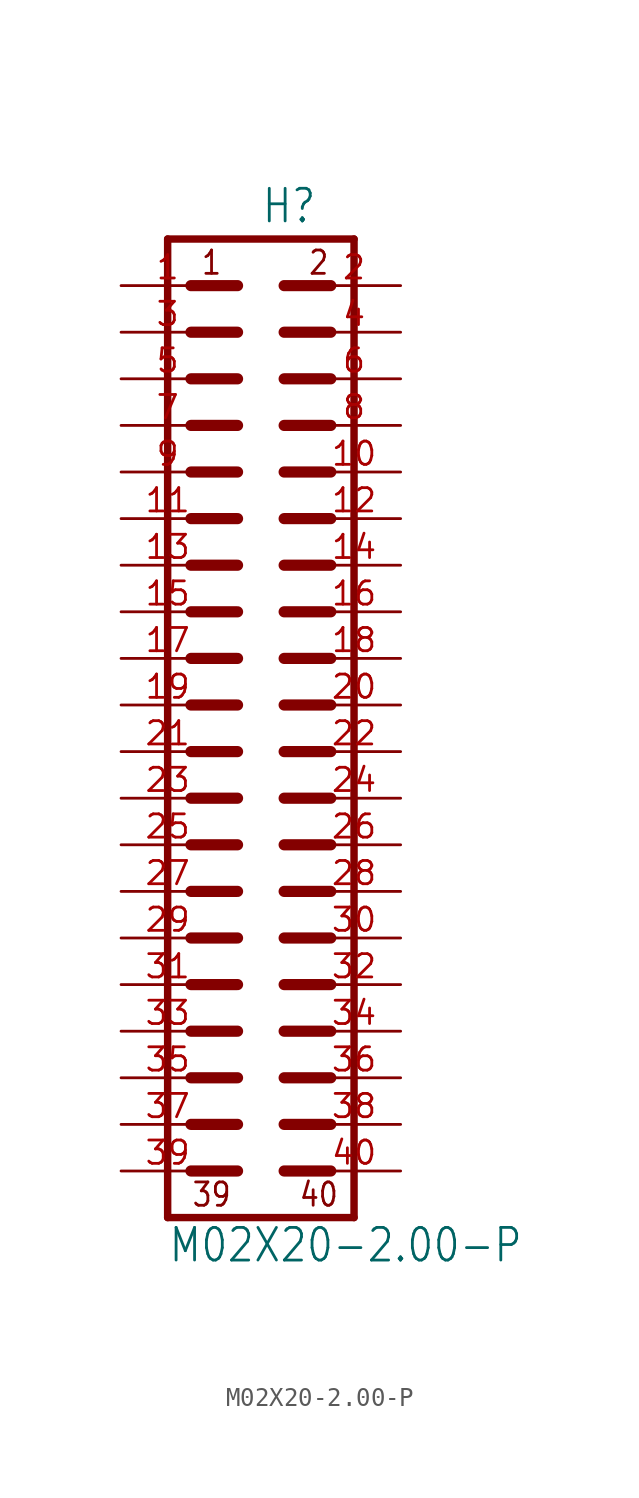
<source format=kicad_sym>
(kicad_symbol_lib
  (version 20211014)
  (generator kicad_symbol_editor)
  (symbol "M02X20-2.00-P"
    (property "Reference" "H"
      (at 0 26.162 0)
      (effects (font (size 1.778 1.511)) (justify left bottom)))
    (property "Value" "M02X20-2.00-P"
      (at -5.08 -30.48 0)
      (effects (font (size 1.778 1.511)) (justify left bottom)))
    (property "ki_locked" ""
      (at 0 0 0)
      (effects (font (size 1.27 1.27))))
    (symbol "M02X20-2.00-P_1_0"
      (polyline (pts (xy -5.08 -27.94) (xy -5.08 25.4)) (stroke (width 0.406) (type default) (color 0 0 0 0)) (fill (type none)))
      (polyline (pts (xy -5.08 25.4) (xy 5.08 25.4)) (stroke (width 0.406) (type default) (color 0 0 0 0)) (fill (type none)))
      (polyline (pts (xy -3.81 -25.4) (xy -1.27 -25.4)) (stroke (width 0.61) (type default) (color 0 0 0 0)) (fill (type none)))
      (polyline (pts (xy -3.81 -22.86) (xy -1.27 -22.86)) (stroke (width 0.61) (type default) (color 0 0 0 0)) (fill (type none)))
      (polyline (pts (xy -3.81 -20.32) (xy -1.27 -20.32)) (stroke (width 0.61) (type default) (color 0 0 0 0)) (fill (type none)))
      (polyline (pts (xy -3.81 -17.78) (xy -1.27 -17.78)) (stroke (width 0.61) (type default) (color 0 0 0 0)) (fill (type none)))
      (polyline (pts (xy -3.81 -15.24) (xy -1.27 -15.24)) (stroke (width 0.61) (type default) (color 0 0 0 0)) (fill (type none)))
      (polyline (pts (xy -3.81 -12.7) (xy -1.27 -12.7)) (stroke (width 0.61) (type default) (color 0 0 0 0)) (fill (type none)))
      (polyline (pts (xy -3.81 -10.16) (xy -1.27 -10.16)) (stroke (width 0.61) (type default) (color 0 0 0 0)) (fill (type none)))
      (polyline (pts (xy -3.81 -7.62) (xy -1.27 -7.62)) (stroke (width 0.61) (type default) (color 0 0 0 0)) (fill (type none)))
      (polyline (pts (xy -3.81 -5.08) (xy -1.27 -5.08)) (stroke (width 0.61) (type default) (color 0 0 0 0)) (fill (type none)))
      (polyline (pts (xy -3.81 -2.54) (xy -1.27 -2.54)) (stroke (width 0.61) (type default) (color 0 0 0 0)) (fill (type none)))
      (polyline (pts (xy -3.81 0) (xy -1.27 0)) (stroke (width 0.61) (type default) (color 0 0 0 0)) (fill (type none)))
      (polyline (pts (xy -3.81 2.54) (xy -1.27 2.54)) (stroke (width 0.61) (type default) (color 0 0 0 0)) (fill (type none)))
      (polyline (pts (xy -3.81 5.08) (xy -1.27 5.08)) (stroke (width 0.61) (type default) (color 0 0 0 0)) (fill (type none)))
      (polyline (pts (xy -3.81 7.62) (xy -1.27 7.62)) (stroke (width 0.61) (type default) (color 0 0 0 0)) (fill (type none)))
      (polyline (pts (xy -3.81 10.16) (xy -1.27 10.16)) (stroke (width 0.61) (type default) (color 0 0 0 0)) (fill (type none)))
      (polyline (pts (xy -3.81 12.7) (xy -1.27 12.7)) (stroke (width 0.61) (type default) (color 0 0 0 0)) (fill (type none)))
      (polyline (pts (xy -3.81 15.24) (xy -1.27 15.24)) (stroke (width 0.61) (type default) (color 0 0 0 0)) (fill (type none)))
      (polyline (pts (xy -3.81 17.78) (xy -1.27 17.78)) (stroke (width 0.61) (type default) (color 0 0 0 0)) (fill (type none)))
      (polyline (pts (xy -3.81 20.32) (xy -1.27 20.32)) (stroke (width 0.61) (type default) (color 0 0 0 0)) (fill (type none)))
      (polyline (pts (xy -3.81 22.86) (xy -1.27 22.86)) (stroke (width 0.61) (type default) (color 0 0 0 0)) (fill (type none)))
      (polyline (pts (xy 1.27 -25.4) (xy 3.81 -25.4)) (stroke (width 0.61) (type default) (color 0 0 0 0)) (fill (type none)))
      (polyline (pts (xy 1.27 -22.86) (xy 3.81 -22.86)) (stroke (width 0.61) (type default) (color 0 0 0 0)) (fill (type none)))
      (polyline (pts (xy 1.27 -20.32) (xy 3.81 -20.32)) (stroke (width 0.61) (type default) (color 0 0 0 0)) (fill (type none)))
      (polyline (pts (xy 1.27 -17.78) (xy 3.81 -17.78)) (stroke (width 0.61) (type default) (color 0 0 0 0)) (fill (type none)))
      (polyline (pts (xy 1.27 -15.24) (xy 3.81 -15.24)) (stroke (width 0.61) (type default) (color 0 0 0 0)) (fill (type none)))
      (polyline (pts (xy 1.27 -12.7) (xy 3.81 -12.7)) (stroke (width 0.61) (type default) (color 0 0 0 0)) (fill (type none)))
      (polyline (pts (xy 1.27 -10.16) (xy 3.81 -10.16)) (stroke (width 0.61) (type default) (color 0 0 0 0)) (fill (type none)))
      (polyline (pts (xy 1.27 -7.62) (xy 3.81 -7.62)) (stroke (width 0.61) (type default) (color 0 0 0 0)) (fill (type none)))
      (polyline (pts (xy 1.27 -5.08) (xy 3.81 -5.08)) (stroke (width 0.61) (type default) (color 0 0 0 0)) (fill (type none)))
      (polyline (pts (xy 1.27 -2.54) (xy 3.81 -2.54)) (stroke (width 0.61) (type default) (color 0 0 0 0)) (fill (type none)))
      (polyline (pts (xy 1.27 0) (xy 3.81 0)) (stroke (width 0.61) (type default) (color 0 0 0 0)) (fill (type none)))
      (polyline (pts (xy 1.27 2.54) (xy 3.81 2.54)) (stroke (width 0.61) (type default) (color 0 0 0 0)) (fill (type none)))
      (polyline (pts (xy 1.27 5.08) (xy 3.81 5.08)) (stroke (width 0.61) (type default) (color 0 0 0 0)) (fill (type none)))
      (polyline (pts (xy 1.27 7.62) (xy 3.81 7.62)) (stroke (width 0.61) (type default) (color 0 0 0 0)) (fill (type none)))
      (polyline (pts (xy 1.27 10.16) (xy 3.81 10.16)) (stroke (width 0.61) (type default) (color 0 0 0 0)) (fill (type none)))
      (polyline (pts (xy 1.27 12.7) (xy 3.81 12.7)) (stroke (width 0.61) (type default) (color 0 0 0 0)) (fill (type none)))
      (polyline (pts (xy 1.27 15.24) (xy 3.81 15.24)) (stroke (width 0.61) (type default) (color 0 0 0 0)) (fill (type none)))
      (polyline (pts (xy 1.27 17.78) (xy 3.81 17.78)) (stroke (width 0.61) (type default) (color 0 0 0 0)) (fill (type none)))
      (polyline (pts (xy 1.27 20.32) (xy 3.81 20.32)) (stroke (width 0.61) (type default) (color 0 0 0 0)) (fill (type none)))
      (polyline (pts (xy 1.27 22.86) (xy 3.81 22.86)) (stroke (width 0.61) (type default) (color 0 0 0 0)) (fill (type none)))
      (polyline (pts (xy 5.08 -27.94) (xy -5.08 -27.94)) (stroke (width 0.406) (type default) (color 0 0 0 0)) (fill (type none)))
      (polyline (pts (xy 5.08 -27.94) (xy 5.08 25.4)) (stroke (width 0.406) (type default) (color 0 0 0 0)) (fill (type none)))
      (text "1" (at -3.302 23.368 0) (effects (font (size 1.27 1.079)) (justify left bottom)))
      (text "2" (at 2.54 23.368 0) (effects (font (size 1.27 1.079)) (justify left bottom)))
      (text "39" (at -3.81 -27.432 0) (effects (font (size 1.27 1.079)) (justify left bottom)))
      (text "40" (at 2.032 -27.432 0) (effects (font (size 1.27 1.079)) (justify left bottom)))
      (pin passive line (at -7.62 22.86 0) (length 5.08) (name "1" (effects (font (size 0 0)))) (number "1" (effects (font (size 1.27 1.27)))))
      (pin passive line (at 7.62 12.7 180) (length 5.08) (name "10" (effects (font (size 0 0)))) (number "10" (effects (font (size 1.27 1.27)))))
      (pin passive line (at -7.62 10.16 0) (length 5.08) (name "11" (effects (font (size 0 0)))) (number "11" (effects (font (size 1.27 1.27)))))
      (pin passive line (at 7.62 10.16 180) (length 5.08) (name "12" (effects (font (size 0 0)))) (number "12" (effects (font (size 1.27 1.27)))))
      (pin passive line (at -7.62 7.62 0) (length 5.08) (name "13" (effects (font (size 0 0)))) (number "13" (effects (font (size 1.27 1.27)))))
      (pin passive line (at 7.62 7.62 180) (length 5.08) (name "14" (effects (font (size 0 0)))) (number "14" (effects (font (size 1.27 1.27)))))
      (pin passive line (at -7.62 5.08 0) (length 5.08) (name "15" (effects (font (size 0 0)))) (number "15" (effects (font (size 1.27 1.27)))))
      (pin passive line (at 7.62 5.08 180) (length 5.08) (name "16" (effects (font (size 0 0)))) (number "16" (effects (font (size 1.27 1.27)))))
      (pin passive line (at -7.62 2.54 0) (length 5.08) (name "17" (effects (font (size 0 0)))) (number "17" (effects (font (size 1.27 1.27)))))
      (pin passive line (at 7.62 2.54 180) (length 5.08) (name "18" (effects (font (size 0 0)))) (number "18" (effects (font (size 1.27 1.27)))))
      (pin passive line (at -7.62 0 0) (length 5.08) (name "19" (effects (font (size 0 0)))) (number "19" (effects (font (size 1.27 1.27)))))
      (pin passive line (at 7.62 22.86 180) (length 5.08) (name "2" (effects (font (size 0 0)))) (number "2" (effects (font (size 1.27 1.27)))))
      (pin passive line (at 7.62 0 180) (length 5.08) (name "20" (effects (font (size 0 0)))) (number "20" (effects (font (size 1.27 1.27)))))
      (pin passive line (at -7.62 -2.54 0) (length 5.08) (name "21" (effects (font (size 0 0)))) (number "21" (effects (font (size 1.27 1.27)))))
      (pin passive line (at 7.62 -2.54 180) (length 5.08) (name "22" (effects (font (size 0 0)))) (number "22" (effects (font (size 1.27 1.27)))))
      (pin passive line (at -7.62 -5.08 0) (length 5.08) (name "23" (effects (font (size 0 0)))) (number "23" (effects (font (size 1.27 1.27)))))
      (pin passive line (at 7.62 -5.08 180) (length 5.08) (name "24" (effects (font (size 0 0)))) (number "24" (effects (font (size 1.27 1.27)))))
      (pin passive line (at -7.62 -7.62 0) (length 5.08) (name "25" (effects (font (size 0 0)))) (number "25" (effects (font (size 1.27 1.27)))))
      (pin passive line (at 7.62 -7.62 180) (length 5.08) (name "26" (effects (font (size 0 0)))) (number "26" (effects (font (size 1.27 1.27)))))
      (pin passive line (at -7.62 -10.16 0) (length 5.08) (name "27" (effects (font (size 0 0)))) (number "27" (effects (font (size 1.27 1.27)))))
      (pin passive line (at 7.62 -10.16 180) (length 5.08) (name "28" (effects (font (size 0 0)))) (number "28" (effects (font (size 1.27 1.27)))))
      (pin passive line (at -7.62 -12.7 0) (length 5.08) (name "29" (effects (font (size 0 0)))) (number "29" (effects (font (size 1.27 1.27)))))
      (pin passive line (at -7.62 20.32 0) (length 5.08) (name "3" (effects (font (size 0 0)))) (number "3" (effects (font (size 1.27 1.27)))))
      (pin passive line (at 7.62 -12.7 180) (length 5.08) (name "30" (effects (font (size 0 0)))) (number "30" (effects (font (size 1.27 1.27)))))
      (pin passive line (at -7.62 -15.24 0) (length 5.08) (name "31" (effects (font (size 0 0)))) (number "31" (effects (font (size 1.27 1.27)))))
      (pin passive line (at 7.62 -15.24 180) (length 5.08) (name "32" (effects (font (size 0 0)))) (number "32" (effects (font (size 1.27 1.27)))))
      (pin passive line (at -7.62 -17.78 0) (length 5.08) (name "33" (effects (font (size 0 0)))) (number "33" (effects (font (size 1.27 1.27)))))
      (pin passive line (at 7.62 -17.78 180) (length 5.08) (name "34" (effects (font (size 0 0)))) (number "34" (effects (font (size 1.27 1.27)))))
      (pin passive line (at -7.62 -20.32 0) (length 5.08) (name "35" (effects (font (size 0 0)))) (number "35" (effects (font (size 1.27 1.27)))))
      (pin passive line (at 7.62 -20.32 180) (length 5.08) (name "36" (effects (font (size 0 0)))) (number "36" (effects (font (size 1.27 1.27)))))
      (pin passive line (at -7.62 -22.86 0) (length 5.08) (name "37" (effects (font (size 0 0)))) (number "37" (effects (font (size 1.27 1.27)))))
      (pin passive line (at 7.62 -22.86 180) (length 5.08) (name "38" (effects (font (size 0 0)))) (number "38" (effects (font (size 1.27 1.27)))))
      (pin passive line (at -7.62 -25.4 0) (length 5.08) (name "39" (effects (font (size 0 0)))) (number "39" (effects (font (size 1.27 1.27)))))
      (pin passive line (at 7.62 20.32 180) (length 5.08) (name "4" (effects (font (size 0 0)))) (number "4" (effects (font (size 1.27 1.27)))))
      (pin passive line (at 7.62 -25.4 180) (length 5.08) (name "40" (effects (font (size 0 0)))) (number "40" (effects (font (size 1.27 1.27)))))
      (pin passive line (at -7.62 17.78 0) (length 5.08) (name "5" (effects (font (size 0 0)))) (number "5" (effects (font (size 1.27 1.27)))))
      (pin passive line (at 7.62 17.78 180) (length 5.08) (name "6" (effects (font (size 0 0)))) (number "6" (effects (font (size 1.27 1.27)))))
      (pin passive line (at -7.62 15.24 0) (length 5.08) (name "7" (effects (font (size 0 0)))) (number "7" (effects (font (size 1.27 1.27)))))
      (pin passive line (at 7.62 15.24 180) (length 5.08) (name "8" (effects (font (size 0 0)))) (number "8" (effects (font (size 1.27 1.27)))))
      (pin passive line (at -7.62 12.7 0) (length 5.08) (name "9" (effects (font (size 0 0)))) (number "9" (effects (font (size 1.27 1.27))))))))
</source>
